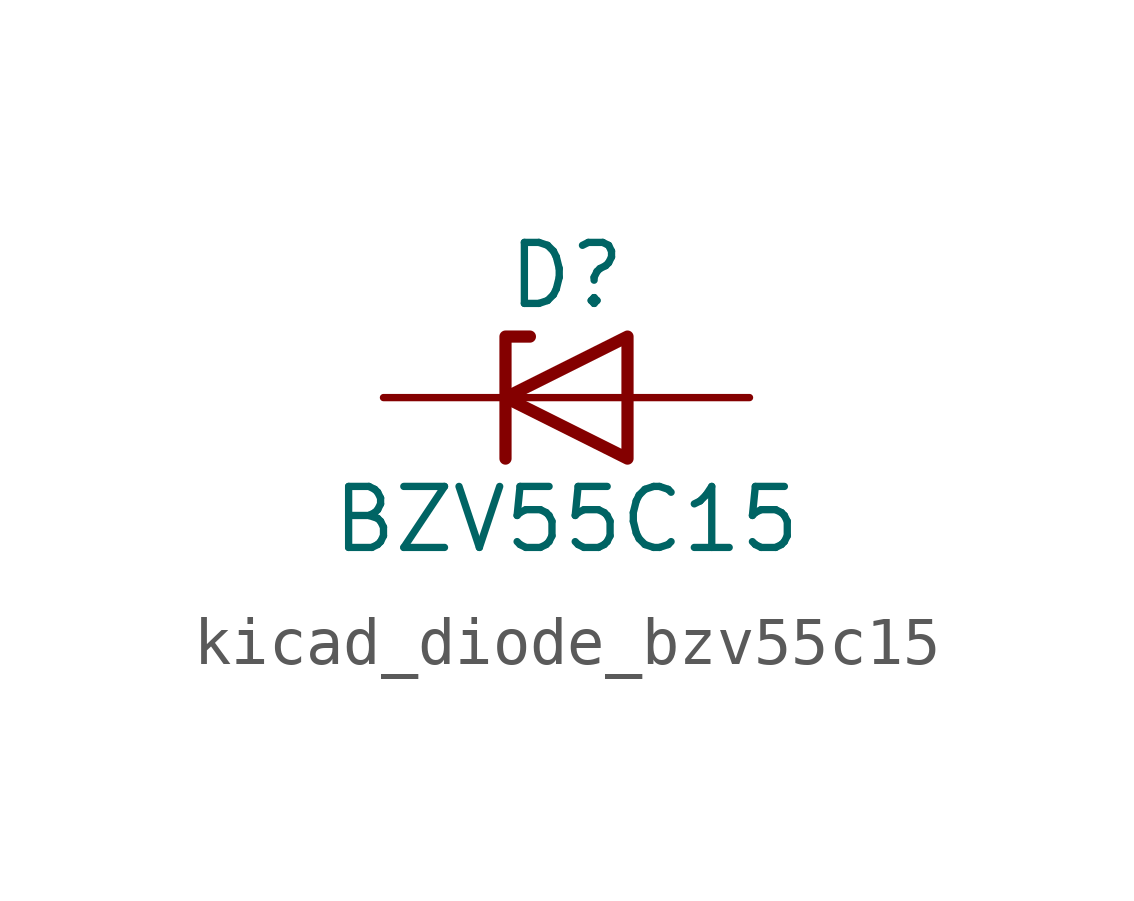
<source format=kicad_sym>
(kicad_symbol_lib
  (version 20220914)
  (generator kicad_symbol_editor)
  (symbol "kicad_diode_bzv55c15"
    (pin_numbers hide)
    (pin_names hide)
    (property "Reference" "D"
      (at 0 2.54 0)
      (effects (font (size 1.27 1.27))))
    (property "Value" "BZV55C15"
      (at 0 -2.54 0)
      (effects (font (size 1.27 1.27))))
    (symbol "kicad_diode_bzv55c15_0_1"
      (polyline (pts (xy 1.27 0) (xy -1.27 0)) (stroke (width 0) (type default)) (fill (type none)))
      (polyline (pts (xy -1.27 -1.27) (xy -1.27 1.27) (xy -0.762 1.27)) (stroke (width 0.254) (type default)) (fill (type none)))
      (polyline (pts (xy 1.27 -1.27) (xy 1.27 1.27) (xy -1.27 0) (xy 1.27 -1.27)) (stroke (width 0.254) (type default)) (fill (type none))))
    (symbol "kicad_diode_bzv55c15_1_1"
      (pin passive line (at -3.81 0 0) (length 2.54) (name "K" (effects (font (size 1.27 1.27)))) (number "1" (effects (font (size 1.27 1.27)))))
      (pin passive line (at 3.81 0 180) (length 2.54) (name "A" (effects (font (size 1.27 1.27)))) (number "2" (effects (font (size 1.27 1.27))))))))
</source>
